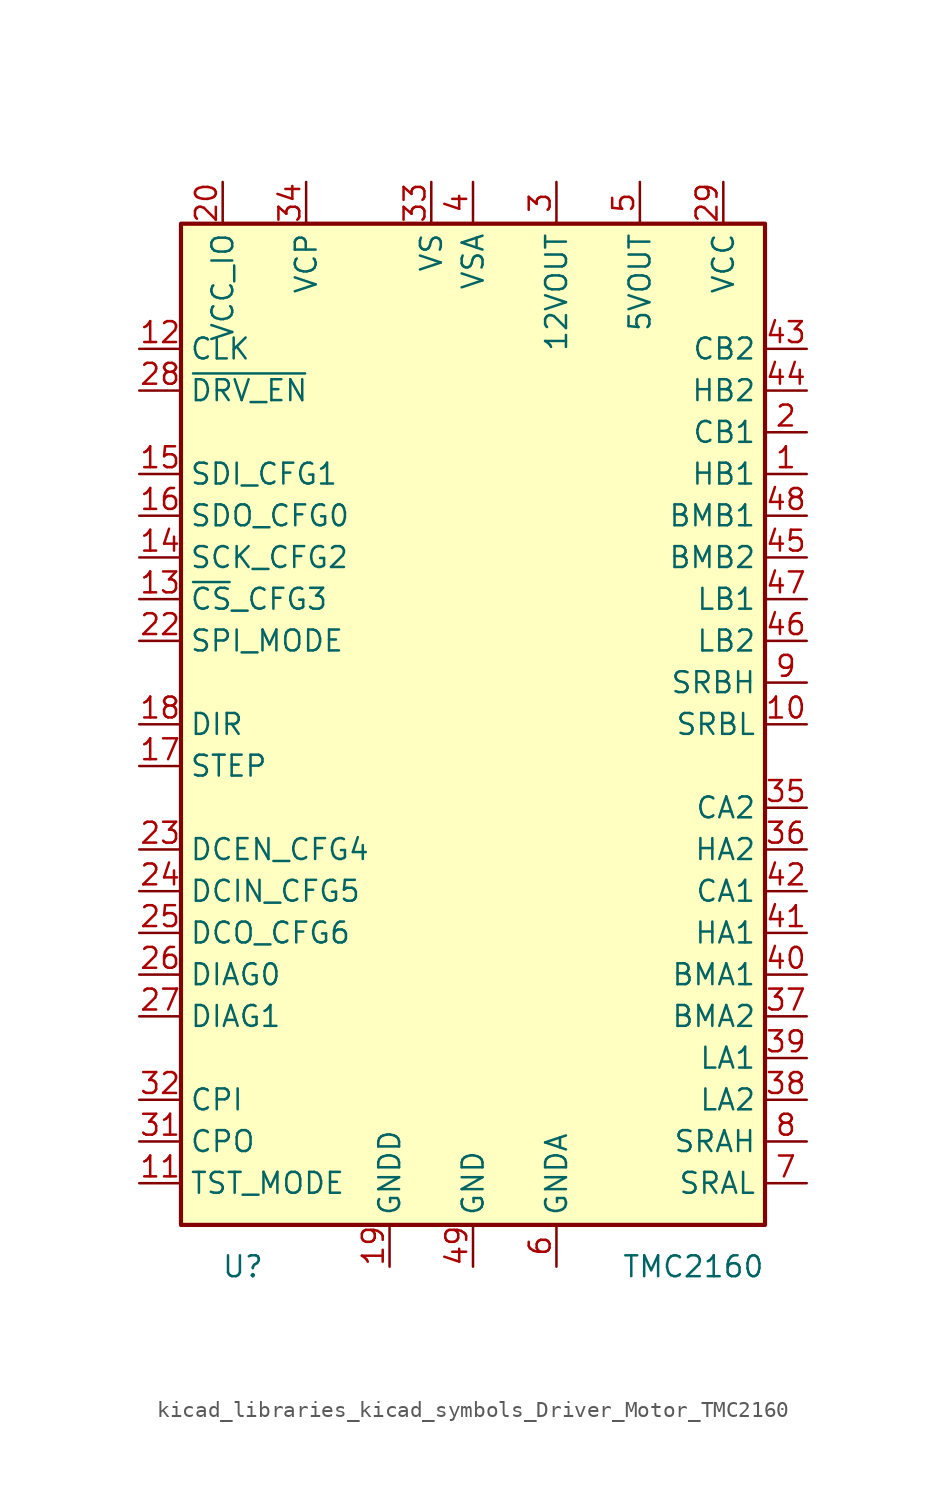
<source format=kicad_sym>
(kicad_symbol_lib
  (version 20220914)
  (generator kicad_symbol_editor)
  (symbol "kicad_libraries_kicad_symbols_Driver_Motor_TMC2160"
    (property "Reference" "U"
      (at -12.7 -33.02 0)
      (effects (font (size 1.27 1.27)) (justify right)))
    (property "Value" "TMC2160"
      (at 17.78 -33.02 0)
      (effects (font (size 1.27 1.27)) (justify right)))
    (symbol "kicad_libraries_kicad_symbols_Driver_Motor_TMC2160_1_1"
      (rectangle (start -17.78 30.48) (end 17.78 -30.48) (stroke (width 0.254) (type default)) (fill (type background)))
      (pin output line (at 20.32 15.24 180) (length 2.54) (name "HB1" (effects (font (size 1.27 1.27)))) (number "1" (effects (font (size 1.27 1.27)))))
      (pin input line (at 20.32 0 180) (length 2.54) (name "SRBL" (effects (font (size 1.27 1.27)))) (number "10" (effects (font (size 1.27 1.27)))))
      (pin input line (at -20.32 -27.94 0) (length 2.54) (name "TST_MODE" (effects (font (size 1.27 1.27)))) (number "11" (effects (font (size 1.27 1.27)))))
      (pin input line (at -20.32 22.86 0) (length 2.54) (name "CLK" (effects (font (size 1.27 1.27)))) (number "12" (effects (font (size 1.27 1.27)))))
      (pin input line (at -20.32 7.62 0) (length 2.54) (name "~{CS}_CFG3" (effects (font (size 1.27 1.27)))) (number "13" (effects (font (size 1.27 1.27)))))
      (pin input line (at -20.32 10.16 0) (length 2.54) (name "SCK_CFG2" (effects (font (size 1.27 1.27)))) (number "14" (effects (font (size 1.27 1.27)))))
      (pin input line (at -20.32 15.24 0) (length 2.54) (name "SDI_CFG1" (effects (font (size 1.27 1.27)))) (number "15" (effects (font (size 1.27 1.27)))))
      (pin passive line (at -20.32 12.7 0) (length 2.54) (name "SDO_CFG0" (effects (font (size 1.27 1.27)))) (number "16" (effects (font (size 1.27 1.27)))))
      (pin input line (at -20.32 -2.54 0) (length 2.54) (name "STEP" (effects (font (size 1.27 1.27)))) (number "17" (effects (font (size 1.27 1.27)))))
      (pin input line (at -20.32 0 0) (length 2.54) (name "DIR" (effects (font (size 1.27 1.27)))) (number "18" (effects (font (size 1.27 1.27)))))
      (pin power_in line (at -5.08 -33.02 90) (length 2.54) (name "GNDD" (effects (font (size 1.27 1.27)))) (number "19" (effects (font (size 1.27 1.27)))))
      (pin output line (at 20.32 17.78 180) (length 2.54) (name "CB1" (effects (font (size 1.27 1.27)))) (number "2" (effects (font (size 1.27 1.27)))))
      (pin power_in line (at -15.24 33.02 270) (length 2.54) (name "VCC_IO" (effects (font (size 1.27 1.27)))) (number "20" (effects (font (size 1.27 1.27)))))
      (pin passive line (at -15.24 33.02 270) (length 2.54) hide (name "VCC_IO" (effects (font (size 1.27 1.27)))) (number "21" (effects (font (size 1.27 1.27)))))
      (pin input line (at -20.32 5.08 0) (length 2.54) (name "SPI_MODE" (effects (font (size 1.27 1.27)))) (number "22" (effects (font (size 1.27 1.27)))))
      (pin input line (at -20.32 -7.62 0) (length 2.54) (name "DCEN_CFG4" (effects (font (size 1.27 1.27)))) (number "23" (effects (font (size 1.27 1.27)))))
      (pin input line (at -20.32 -10.16 0) (length 2.54) (name "DCIN_CFG5" (effects (font (size 1.27 1.27)))) (number "24" (effects (font (size 1.27 1.27)))))
      (pin output line (at -20.32 -12.7 0) (length 2.54) (name "DCO_CFG6" (effects (font (size 1.27 1.27)))) (number "25" (effects (font (size 1.27 1.27)))))
      (pin output line (at -20.32 -15.24 0) (length 2.54) (name "DIAG0" (effects (font (size 1.27 1.27)))) (number "26" (effects (font (size 1.27 1.27)))))
      (pin output line (at -20.32 -17.78 0) (length 2.54) (name "DIAG1" (effects (font (size 1.27 1.27)))) (number "27" (effects (font (size 1.27 1.27)))))
      (pin input line (at -20.32 20.32 0) (length 2.54) (name "~{DRV_EN}" (effects (font (size 1.27 1.27)))) (number "28" (effects (font (size 1.27 1.27)))))
      (pin power_in line (at 15.24 33.02 270) (length 2.54) (name "VCC" (effects (font (size 1.27 1.27)))) (number "29" (effects (font (size 1.27 1.27)))))
      (pin power_in line (at 5.08 33.02 270) (length 2.54) (name "12VOUT" (effects (font (size 1.27 1.27)))) (number "3" (effects (font (size 1.27 1.27)))))
      (pin passive line (at -5.08 -33.02 90) (length 2.54) hide (name "GNDD" (effects (font (size 1.27 1.27)))) (number "30" (effects (font (size 1.27 1.27)))))
      (pin passive line (at -20.32 -25.4 0) (length 2.54) (name "CPO" (effects (font (size 1.27 1.27)))) (number "31" (effects (font (size 1.27 1.27)))))
      (pin passive line (at -20.32 -22.86 0) (length 2.54) (name "CPI" (effects (font (size 1.27 1.27)))) (number "32" (effects (font (size 1.27 1.27)))))
      (pin power_in line (at -2.54 33.02 270) (length 2.54) (name "VS" (effects (font (size 1.27 1.27)))) (number "33" (effects (font (size 1.27 1.27)))))
      (pin passive line (at -10.16 33.02 270) (length 2.54) (name "VCP" (effects (font (size 1.27 1.27)))) (number "34" (effects (font (size 1.27 1.27)))))
      (pin passive line (at 20.32 -5.08 180) (length 2.54) (name "CA2" (effects (font (size 1.27 1.27)))) (number "35" (effects (font (size 1.27 1.27)))))
      (pin output line (at 20.32 -7.62 180) (length 2.54) (name "HA2" (effects (font (size 1.27 1.27)))) (number "36" (effects (font (size 1.27 1.27)))))
      (pin passive line (at 20.32 -17.78 180) (length 2.54) (name "BMA2" (effects (font (size 1.27 1.27)))) (number "37" (effects (font (size 1.27 1.27)))))
      (pin output line (at 20.32 -22.86 180) (length 2.54) (name "LA2" (effects (font (size 1.27 1.27)))) (number "38" (effects (font (size 1.27 1.27)))))
      (pin output line (at 20.32 -20.32 180) (length 2.54) (name "LA1" (effects (font (size 1.27 1.27)))) (number "39" (effects (font (size 1.27 1.27)))))
      (pin power_in line (at 0 33.02 270) (length 2.54) (name "VSA" (effects (font (size 1.27 1.27)))) (number "4" (effects (font (size 1.27 1.27)))))
      (pin passive line (at 20.32 -15.24 180) (length 2.54) (name "BMA1" (effects (font (size 1.27 1.27)))) (number "40" (effects (font (size 1.27 1.27)))))
      (pin output line (at 20.32 -12.7 180) (length 2.54) (name "HA1" (effects (font (size 1.27 1.27)))) (number "41" (effects (font (size 1.27 1.27)))))
      (pin output line (at 20.32 -10.16 180) (length 2.54) (name "CA1" (effects (font (size 1.27 1.27)))) (number "42" (effects (font (size 1.27 1.27)))))
      (pin passive line (at 20.32 22.86 180) (length 2.54) (name "CB2" (effects (font (size 1.27 1.27)))) (number "43" (effects (font (size 1.27 1.27)))))
      (pin output line (at 20.32 20.32 180) (length 2.54) (name "HB2" (effects (font (size 1.27 1.27)))) (number "44" (effects (font (size 1.27 1.27)))))
      (pin passive line (at 20.32 10.16 180) (length 2.54) (name "BMB2" (effects (font (size 1.27 1.27)))) (number "45" (effects (font (size 1.27 1.27)))))
      (pin output line (at 20.32 5.08 180) (length 2.54) (name "LB2" (effects (font (size 1.27 1.27)))) (number "46" (effects (font (size 1.27 1.27)))))
      (pin output line (at 20.32 7.62 180) (length 2.54) (name "LB1" (effects (font (size 1.27 1.27)))) (number "47" (effects (font (size 1.27 1.27)))))
      (pin passive line (at 20.32 12.7 180) (length 2.54) (name "BMB1" (effects (font (size 1.27 1.27)))) (number "48" (effects (font (size 1.27 1.27)))))
      (pin power_in line (at 0 -33.02 90) (length 2.54) (name "GND" (effects (font (size 1.27 1.27)))) (number "49" (effects (font (size 1.27 1.27)))))
      (pin power_out line (at 10.16 33.02 270) (length 2.54) (name "5VOUT" (effects (font (size 1.27 1.27)))) (number "5" (effects (font (size 1.27 1.27)))))
      (pin power_in line (at 5.08 -33.02 90) (length 2.54) (name "GNDA" (effects (font (size 1.27 1.27)))) (number "6" (effects (font (size 1.27 1.27)))))
      (pin input line (at 20.32 -27.94 180) (length 2.54) (name "SRAL" (effects (font (size 1.27 1.27)))) (number "7" (effects (font (size 1.27 1.27)))))
      (pin input line (at 20.32 -25.4 180) (length 2.54) (name "SRAH" (effects (font (size 1.27 1.27)))) (number "8" (effects (font (size 1.27 1.27)))))
      (pin input line (at 20.32 2.54 180) (length 2.54) (name "SRBH" (effects (font (size 1.27 1.27)))) (number "9" (effects (font (size 1.27 1.27))))))))
</source>
